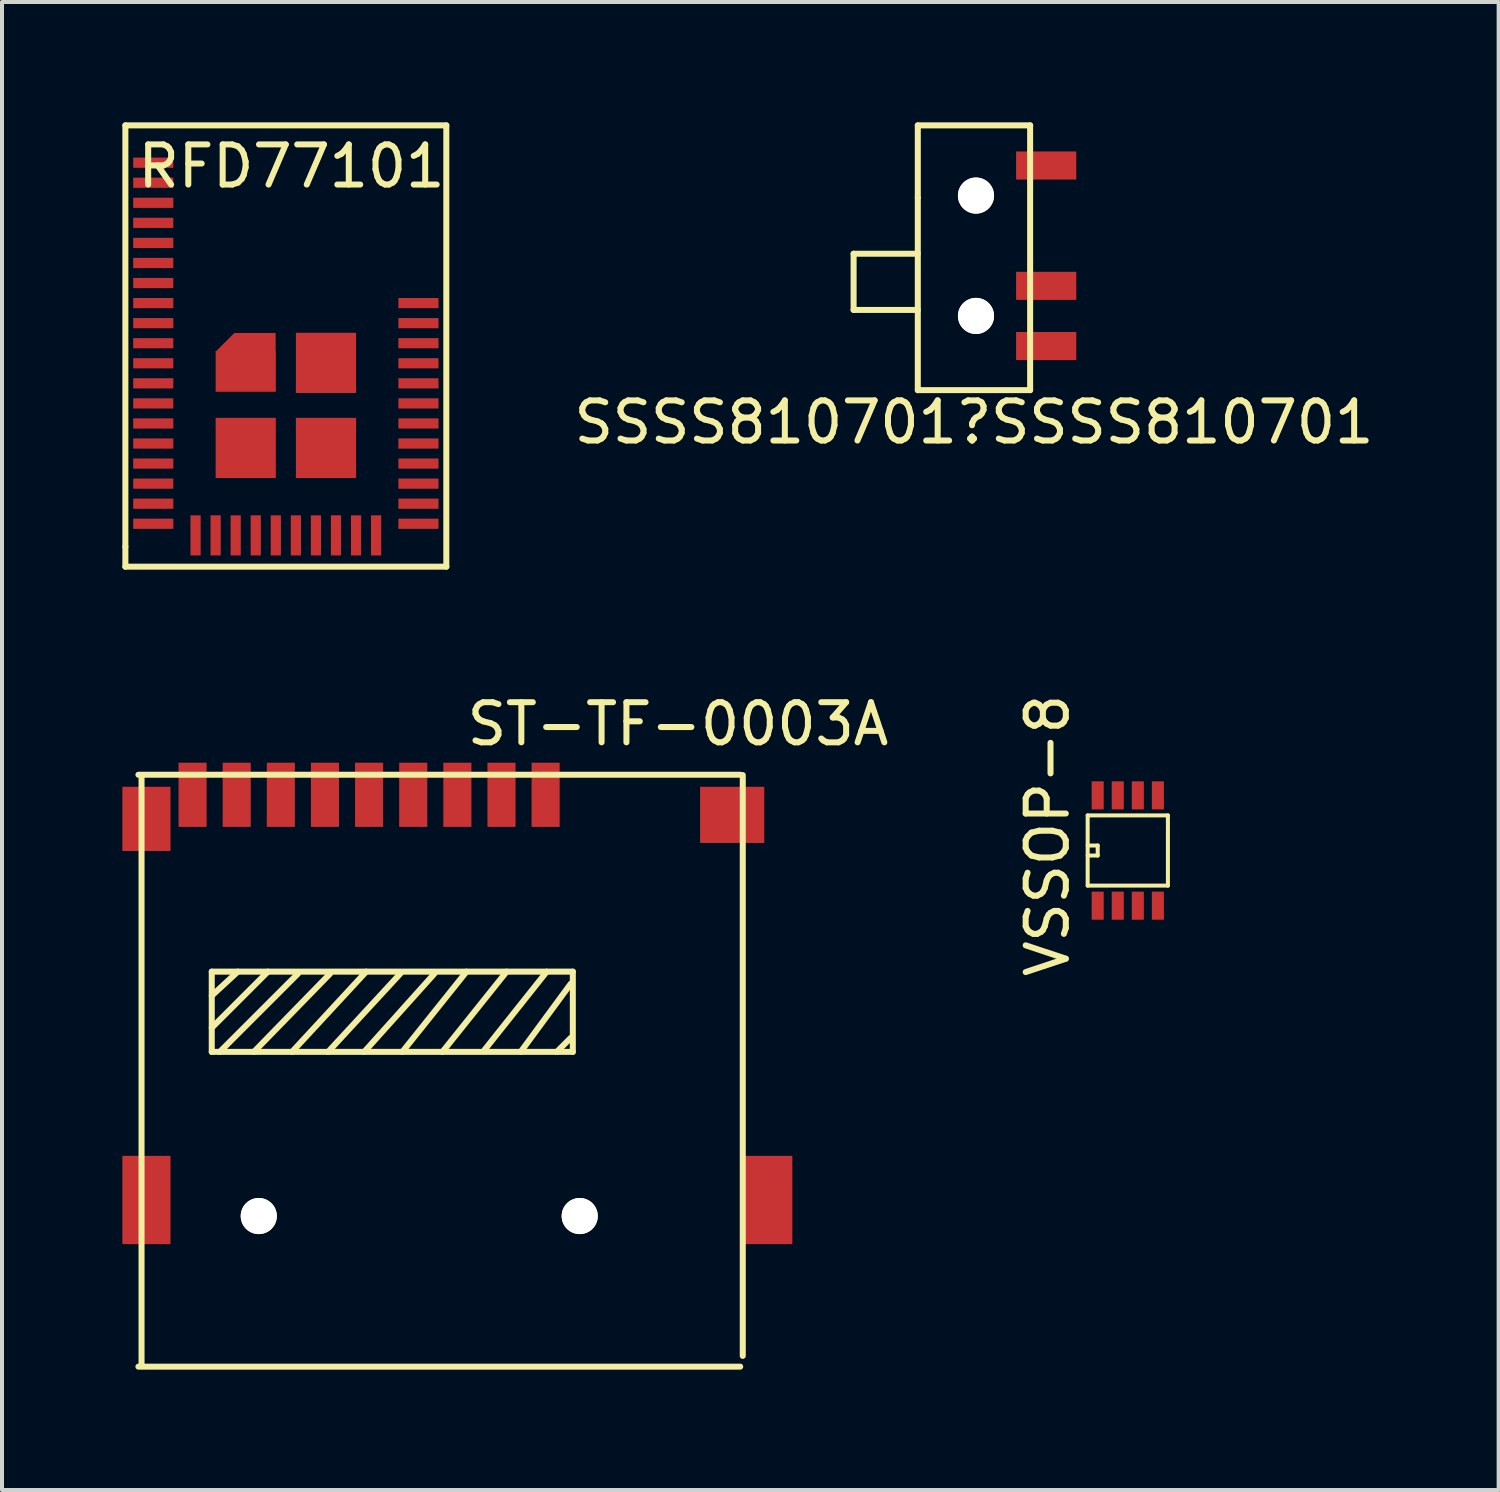
<source format=kicad_pcb>
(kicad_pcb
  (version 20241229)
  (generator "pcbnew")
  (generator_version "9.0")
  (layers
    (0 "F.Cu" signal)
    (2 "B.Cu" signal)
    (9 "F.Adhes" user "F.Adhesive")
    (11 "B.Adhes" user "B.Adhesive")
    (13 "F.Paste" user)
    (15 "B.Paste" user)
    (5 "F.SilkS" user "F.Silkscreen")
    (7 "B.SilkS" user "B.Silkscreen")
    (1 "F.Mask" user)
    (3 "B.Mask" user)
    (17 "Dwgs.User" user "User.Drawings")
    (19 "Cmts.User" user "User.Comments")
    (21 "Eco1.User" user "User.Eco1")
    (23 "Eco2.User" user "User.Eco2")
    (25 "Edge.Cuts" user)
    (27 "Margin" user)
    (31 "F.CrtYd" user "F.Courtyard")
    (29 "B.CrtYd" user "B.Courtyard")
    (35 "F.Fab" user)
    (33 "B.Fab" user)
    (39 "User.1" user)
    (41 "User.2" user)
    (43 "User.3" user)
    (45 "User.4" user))
  (footprint "VSSOP-8"
    (layer "F.Cu")
    (at 24.311 19.525)
    (property "Reference" "VSSOP-8" (at -1.25 -1.75 90) (layer "F.SilkS") (effects (font (size 1 1) (thickness 0.15))))
    (attr smd)
    (fp_line (start -0.25 -2.25) (end 1.75 -2.25) (stroke (width 0.1) (type solid)) (layer "F.SilkS"))
    (fp_line (start -0.25 -1.5) (end 0 -1.5) (stroke (width 0.1) (type solid)) (layer "F.SilkS"))
    (fp_line (start -0.25 -0.5) (end -0.25 -2.25) (stroke (width 0.1) (type solid)) (layer "F.SilkS"))
    (fp_line (start 0 -1.5) (end 0 -1.25) (stroke (width 0.1) (type solid)) (layer "F.SilkS"))
    (fp_line (start 0 -1.25) (end -0.25 -1.25) (stroke (width 0.1) (type solid)) (layer "F.SilkS"))
    (fp_line (start 1.75 -2.25) (end 1.75 -0.5) (stroke (width 0.1) (type solid)) (layer "F.SilkS"))
    (fp_line (start 1.75 -0.5) (end -0.25 -0.5) (stroke (width 0.1) (type solid)) (layer "F.SilkS"))
    (pad "1" smd rect (at 0 0) (size 0.3 0.7) (layers "F.Cu" "F.Mask" "F.Paste"))
    (pad "2" smd rect (at 0.5 0) (size 0.3 0.7) (layers "F.Cu" "F.Mask" "F.Paste"))
    (pad "3" smd rect (at 1 0) (size 0.3 0.7) (layers "F.Cu" "F.Mask" "F.Paste"))
    (pad "4" smd rect (at 1.5 0) (size 0.3 0.7) (layers "F.Cu" "F.Mask" "F.Paste"))
    (pad "5" smd rect (at 1.5 -2.75) (size 0.3 0.7) (layers "F.Cu" "F.Mask" "F.Paste"))
    (pad "6" smd rect (at 1 -2.75) (size 0.3 0.7) (layers "F.Cu" "F.Mask" "F.Paste"))
    (pad "7" smd rect (at 0.5 -2.75) (size 0.3 0.7) (layers "F.Cu" "F.Mask" "F.Paste"))
    (pad "8" smd rect (at 0 -2.75) (size 0.3 0.7) (layers "F.Cu" "F.Mask" "F.Paste")))
  (footprint "RFD77101"
    (layer "F.Cu")
    (at 4.075 5.575)
    (property "Reference" "RFD77101" (at 0.14 -4.48 0) (layer "F.SilkS") (effects (font (size 1 1) (thickness 0.15))))
    (attr through_hole)
    (fp_line (start -4 -5.5) (end 4 -5.5) (stroke (width 0.15) (type solid)) (layer "F.SilkS"))
    (fp_line (start -4 5) (end -4 -5.5) (stroke (width 0.15) (type solid)) (layer "F.SilkS"))
    (fp_line (start -4 5) (end -4 5.5) (stroke (width 0.15) (type solid)) (layer "F.SilkS"))
    (fp_line (start -4 5.5) (end 4 5.5) (stroke (width 0.15) (type solid)) (layer "F.SilkS"))
    (fp_line (start 4 5.5) (end 4 -5.5) (stroke (width 0.15) (type solid)) (layer "F.SilkS"))
    (pad "" smd trapezoid (at -1.28 -0.09) (size 0.48 0.47) (rect_delta 0 0.47) (layers "F.Cu" "F.Mask" "F.Paste"))
    (pad "" smd rect (at -0.76 -0.08) (size 1.01 0.49) (layers "F.Cu" "F.Mask" "F.Paste"))
    (pad "1" smd rect (at -3.305 -4.57) (size 1 0.254) (layers "F.Cu" "F.Mask" "F.Paste"))
    (pad "2" smd rect (at -3.305 -4.07) (size 1 0.254) (layers "F.Cu" "F.Mask" "F.Paste"))
    (pad "3" smd rect (at -3.305 -3.57) (size 1 0.254) (layers "F.Cu" "F.Mask" "F.Paste"))
    (pad "4" smd rect (at -3.305 -3.07) (size 1 0.254) (layers "F.Cu" "F.Mask" "F.Paste"))
    (pad "5" smd rect (at -3.305 -2.57) (size 1 0.254) (layers "F.Cu" "F.Mask" "F.Paste"))
    (pad "6" smd rect (at -3.305 -2.07) (size 1 0.254) (layers "F.Cu" "F.Mask" "F.Paste"))
    (pad "7" smd rect (at -3.305 -1.57) (size 1 0.254) (layers "F.Cu" "F.Mask" "F.Paste"))
    (pad "8" smd rect (at -3.305 -1.07) (size 1 0.254) (layers "F.Cu" "F.Mask" "F.Paste"))
    (pad "9" smd rect (at -3.305 -0.57) (size 1 0.254) (layers "F.Cu" "F.Mask" "F.Paste"))
    (pad "10" smd rect (at -3.305 -0.07) (size 1 0.254) (layers "F.Cu" "F.Mask" "F.Paste"))
    (pad "11" smd rect (at -3.305 0.43) (size 1 0.254) (layers "F.Cu" "F.Mask" "F.Paste"))
    (pad "12" smd rect (at -3.305 0.93) (size 1 0.254) (layers "F.Cu" "F.Mask" "F.Paste"))
    (pad "13" smd rect (at -3.305 1.43) (size 1 0.254) (layers "F.Cu" "F.Mask" "F.Paste"))
    (pad "14" smd rect (at -3.305 1.93) (size 1 0.254) (layers "F.Cu" "F.Mask" "F.Paste"))
    (pad "15" smd rect (at -3.305 2.43) (size 1 0.254) (layers "F.Cu" "F.Mask" "F.Paste"))
    (pad "16" smd rect (at -3.305 2.93) (size 1 0.254) (layers "F.Cu" "F.Mask" "F.Paste"))
    (pad "17" smd rect (at -3.305 3.43) (size 1 0.254) (layers "F.Cu" "F.Mask" "F.Paste"))
    (pad "18" smd rect (at -3.305 3.93) (size 1 0.254) (layers "F.Cu" "F.Mask" "F.Paste"))
    (pad "19" smd rect (at -3.305 4.43) (size 1 0.254) (layers "F.Cu" "F.Mask" "F.Paste"))
    (pad "20" smd rect (at -2.25 4.72) (size 0.254 1) (layers "F.Cu" "F.Mask" "F.Paste"))
    (pad "21" smd rect (at -1.75 4.72) (size 0.254 1) (layers "F.Cu" "F.Mask" "F.Paste"))
    (pad "22" smd rect (at -1.25 4.72) (size 0.254 1) (layers "F.Cu" "F.Mask" "F.Paste"))
    (pad "23" smd rect (at -0.75 4.72) (size 0.254 1) (layers "F.Cu" "F.Mask" "F.Paste"))
    (pad "24" smd rect (at -0.25 4.72) (size 0.254 1) (layers "F.Cu" "F.Mask" "F.Paste"))
    (pad "25" smd rect (at 0.25 4.72) (size 0.254 1) (layers "F.Cu" "F.Mask" "F.Paste"))
    (pad "26" smd rect (at 0.75 4.72) (size 0.254 1) (layers "F.Cu" "F.Mask" "F.Paste"))
    (pad "27" smd rect (at 1.25 4.72) (size 0.254 1) (layers "F.Cu" "F.Mask" "F.Paste"))
    (pad "28" smd rect (at 1.75 4.72) (size 0.254 1) (layers "F.Cu" "F.Mask" "F.Paste"))
    (pad "29" smd rect (at 2.25 4.72) (size 0.254 1) (layers "F.Cu" "F.Mask" "F.Paste"))
    (pad "30" smd rect (at 3.305 4.43) (size 1 0.254) (layers "F.Cu" "F.Mask" "F.Paste"))
    (pad "31" smd rect (at 3.305 3.93) (size 1 0.254) (layers "F.Cu" "F.Mask" "F.Paste"))
    (pad "32" smd rect (at 3.305 3.43) (size 1 0.254) (layers "F.Cu" "F.Mask" "F.Paste"))
    (pad "33" smd rect (at 3.305 2.93) (size 1 0.254) (layers "F.Cu" "F.Mask" "F.Paste"))
    (pad "34" smd rect (at 3.305 2.43) (size 1 0.254) (layers "F.Cu" "F.Mask" "F.Paste"))
    (pad "35" smd rect (at 3.305 1.93) (size 1 0.254) (layers "F.Cu" "F.Mask" "F.Paste"))
    (pad "36" smd rect (at 3.305 1.43) (size 1 0.254) (layers "F.Cu" "F.Mask" "F.Paste"))
    (pad "37" smd rect (at 3.305 0.93) (size 1 0.254) (layers "F.Cu" "F.Mask" "F.Paste"))
    (pad "38" smd rect (at 3.305 0.43) (size 1 0.254) (layers "F.Cu" "F.Mask" "F.Paste"))
    (pad "39" smd rect (at 3.305 -0.07) (size 1 0.254) (layers "F.Cu" "F.Mask" "F.Paste"))
    (pad "40" smd rect (at 3.305 -0.57) (size 1 0.254) (layers "F.Cu" "F.Mask" "F.Paste"))
    (pad "41" smd rect (at 3.305 -1.07) (size 1 0.254) (layers "F.Cu" "F.Mask" "F.Paste"))
    (pad "42" smd rect (at -1 0.635) (size 1.5 1.01) (layers "F.Cu" "F.Mask" "F.Paste"))
    (pad "43" smd rect (at -1 2.54) (size 1.5 1.5) (layers "F.Cu" "F.Mask" "F.Paste"))
    (pad "44" smd rect (at 1 2.54) (size 1.5 1.5) (layers "F.Cu" "F.Mask" "F.Paste"))
    (pad "45" smd rect (at 1 0.42) (size 1.5 1.5) (layers "F.Cu" "F.Mask" "F.Paste")))
  (footprint "SSSS810701\rSSSS810701"
    (layer "F.Cu")
    (at 23.027 1.075)
    (property "Reference" "SSSS810701\rSSSS810701" (at -1.8 6.4 0) (layer "F.SilkS") (effects (font (size 1 1) (thickness 0.15))))
    (attr through_hole)
    (fp_line (start -4.8 2.2) (end -4.8 3.6) (stroke (width 0.15) (type solid)) (layer "F.SilkS"))
    (fp_line (start -4.8 3.6) (end -3.2 3.6) (stroke (width 0.15) (type solid)) (layer "F.SilkS"))
    (fp_line (start -3.2 -1) (end -0.4 -1) (stroke (width 0.15) (type solid)) (layer "F.SilkS"))
    (fp_line (start -3.2 0.8) (end -3.2 -1) (stroke (width 0.15) (type solid)) (layer "F.SilkS"))
    (fp_line (start -3.2 2.2) (end -4.8 2.2) (stroke (width 0.15) (type solid)) (layer "F.SilkS"))
    (fp_line (start -3.2 5.6) (end -3.2 0.8) (stroke (width 0.15) (type solid)) (layer "F.SilkS"))
    (fp_line (start -0.4 -1) (end -0.4 5.6) (stroke (width 0.15) (type solid)) (layer "F.SilkS"))
    (fp_line (start -0.4 5.6) (end -3.2 5.6) (stroke (width 0.15) (type solid)) (layer "F.SilkS"))
    (pad "" np_thru_hole circle (at -1.75 0.75) (size 0.9 0.9) (drill 0.9) (layers "*.Cu" "*.Mask" "F.SilkS"))
    (pad "" np_thru_hole circle (at -1.75 3.75) (size 0.9 0.9) (drill 0.9) (layers "*.Cu" "*.Mask" "F.SilkS"))
    (pad "1" smd rect (at 0 0) (size 1.5 0.7) (layers "F.Cu" "F.Mask" "F.Paste"))
    (pad "2" smd rect (at 0 3) (size 1.5 0.7) (layers "F.Cu" "F.Mask" "F.Paste"))
    (pad "3" smd rect (at 0 4.5) (size 1.5 0.7) (layers "F.Cu" "F.Mask" "F.Paste")))
  (footprint "ST-TF-0003A"
    (layer "F.Cu")
    (at 8.328 27.269)
    (property "Reference" "ST-TF-0003A" (at 5.522 -12.271 0) (layer "F.SilkS") (effects (font (size 1 1) (thickness 0.15))))
    (attr through_hole)
    (fp_line (start -7.928 -11.008) (end 7.072 -11.008) (stroke (width 0.15) (type solid)) (layer "F.SilkS"))
    (fp_line (start -7.85 -11) (end -7.85 3.732) (stroke (width 0.15) (type solid)) (layer "F.SilkS"))
    (fp_line (start -6.1 -6.1) (end 2.9 -6.1) (stroke (width 0.15) (type solid)) (layer "F.SilkS"))
    (fp_line (start -6.1 -5.5) (end -5.45 -6.1) (stroke (width 0.15) (type solid)) (layer "F.SilkS"))
    (fp_line (start -6.1 -4.7) (end -4.7 -6.1) (stroke (width 0.15) (type solid)) (layer "F.SilkS"))
    (fp_line (start -6.1 -4.1) (end -6.1 -6.1) (stroke (width 0.15) (type solid)) (layer "F.SilkS"))
    (fp_line (start -5.9 -4.1) (end -3.95 -6.05) (stroke (width 0.15) (type solid)) (layer "F.SilkS"))
    (fp_line (start -5.05 -4.1) (end -3.15 -6.05) (stroke (width 0.15) (type solid)) (layer "F.SilkS"))
    (fp_line (start -4.1 -4.1) (end -2.25 -6.1) (stroke (width 0.15) (type solid)) (layer "F.SilkS"))
    (fp_line (start -3.2 -4.1) (end -1.4 -6.05) (stroke (width 0.15) (type solid)) (layer "F.SilkS"))
    (fp_line (start -2.3 -4.1) (end -0.55 -6.05) (stroke (width 0.15) (type solid)) (layer "F.SilkS"))
    (fp_line (start -1.35 -4.1) (end 0.25 -6.1) (stroke (width 0.15) (type solid)) (layer "F.SilkS"))
    (fp_line (start -0.35 -4.1) (end 1.25 -6.1) (stroke (width 0.15) (type solid)) (layer "F.SilkS"))
    (fp_line (start 0.7 -4.15) (end 2.25 -6.1) (stroke (width 0.15) (type solid)) (layer "F.SilkS"))
    (fp_line (start 1.6 -4.1) (end 2.85 -5.8) (stroke (width 0.15) (type solid)) (layer "F.SilkS"))
    (fp_line (start 2.5 -4.1) (end 2.85 -4.45) (stroke (width 0.15) (type solid)) (layer "F.SilkS"))
    (fp_line (start 2.9 -6.1) (end 2.9 -4.1) (stroke (width 0.15) (type solid)) (layer "F.SilkS"))
    (fp_line (start 2.9 -4.1) (end -6.1 -4.1) (stroke (width 0.15) (type solid)) (layer "F.SilkS"))
    (fp_line (start 7.072 3.746) (end -7.928 3.746) (stroke (width 0.15) (type solid)) (layer "F.SilkS"))
    (fp_line (start 7.136 -11) (end 7.136 3.478) (stroke (width 0.15) (type solid)) (layer "F.SilkS"))
    (pad "" np_thru_hole circle (at -4.928 -0.008) (size 0.9 0.9) (drill 0.9) (layers "*.Cu" "*.Mask" "F.SilkS"))
    (pad "" np_thru_hole circle (at 3.072 -0.008) (size 0.9 0.9) (drill 0.9) (layers "*.Cu" "*.Mask" "F.SilkS"))
    (pad "1" smd rect (at 2.222 -10.508) (size 0.7 1.6) (layers "F.Cu" "F.Mask" "F.Paste"))
    (pad "2" smd rect (at 1.122 -10.508) (size 0.7 1.6) (layers "F.Cu" "F.Mask" "F.Paste"))
    (pad "3" smd rect (at 0.022 -10.508) (size 0.7 1.6) (layers "F.Cu" "F.Mask" "F.Paste"))
    (pad "4" smd rect (at -1.078 -10.508) (size 0.7 1.6) (layers "F.Cu" "F.Mask" "F.Paste"))
    (pad "5" smd rect (at -2.178 -10.508) (size 0.7 1.6) (layers "F.Cu" "F.Mask" "F.Paste"))
    (pad "6" smd rect (at -3.278 -10.508) (size 0.7 1.6) (layers "F.Cu" "F.Mask" "F.Paste"))
    (pad "7" smd rect (at -4.378 -10.508) (size 0.7 1.6) (layers "F.Cu" "F.Mask" "F.Paste"))
    (pad "8" smd rect (at -5.478 -10.508) (size 0.7 1.6) (layers "F.Cu" "F.Mask" "F.Paste"))
    (pad "9" smd rect (at -6.578 -10.508) (size 0.7 1.6) (layers "F.Cu" "F.Mask" "F.Paste"))
    (pad "10" smd rect (at -7.728 -9.908) (size 1.2 1.6) (layers "F.Cu" "F.Mask" "F.Paste"))
    (pad "11" smd rect (at -7.728 -0.408) (size 1.2 2.2) (layers "F.Cu" "F.Mask" "F.Paste"))
    (pad "12" smd rect (at 7.772 -0.408) (size 1.2 2.2) (layers "F.Cu" "F.Mask" "F.Paste"))
    (pad "13" smd rect (at 6.872 -10.008) (size 1.6 1.4) (layers "F.Cu" "F.Mask" "F.Paste")))
  (gr_rect
    (start -3 -3)
    (end 34.305 34.09)
    (stroke (width 0.1) (type default))
    (fill no)
    (layer "Edge.Cuts")))
</source>
